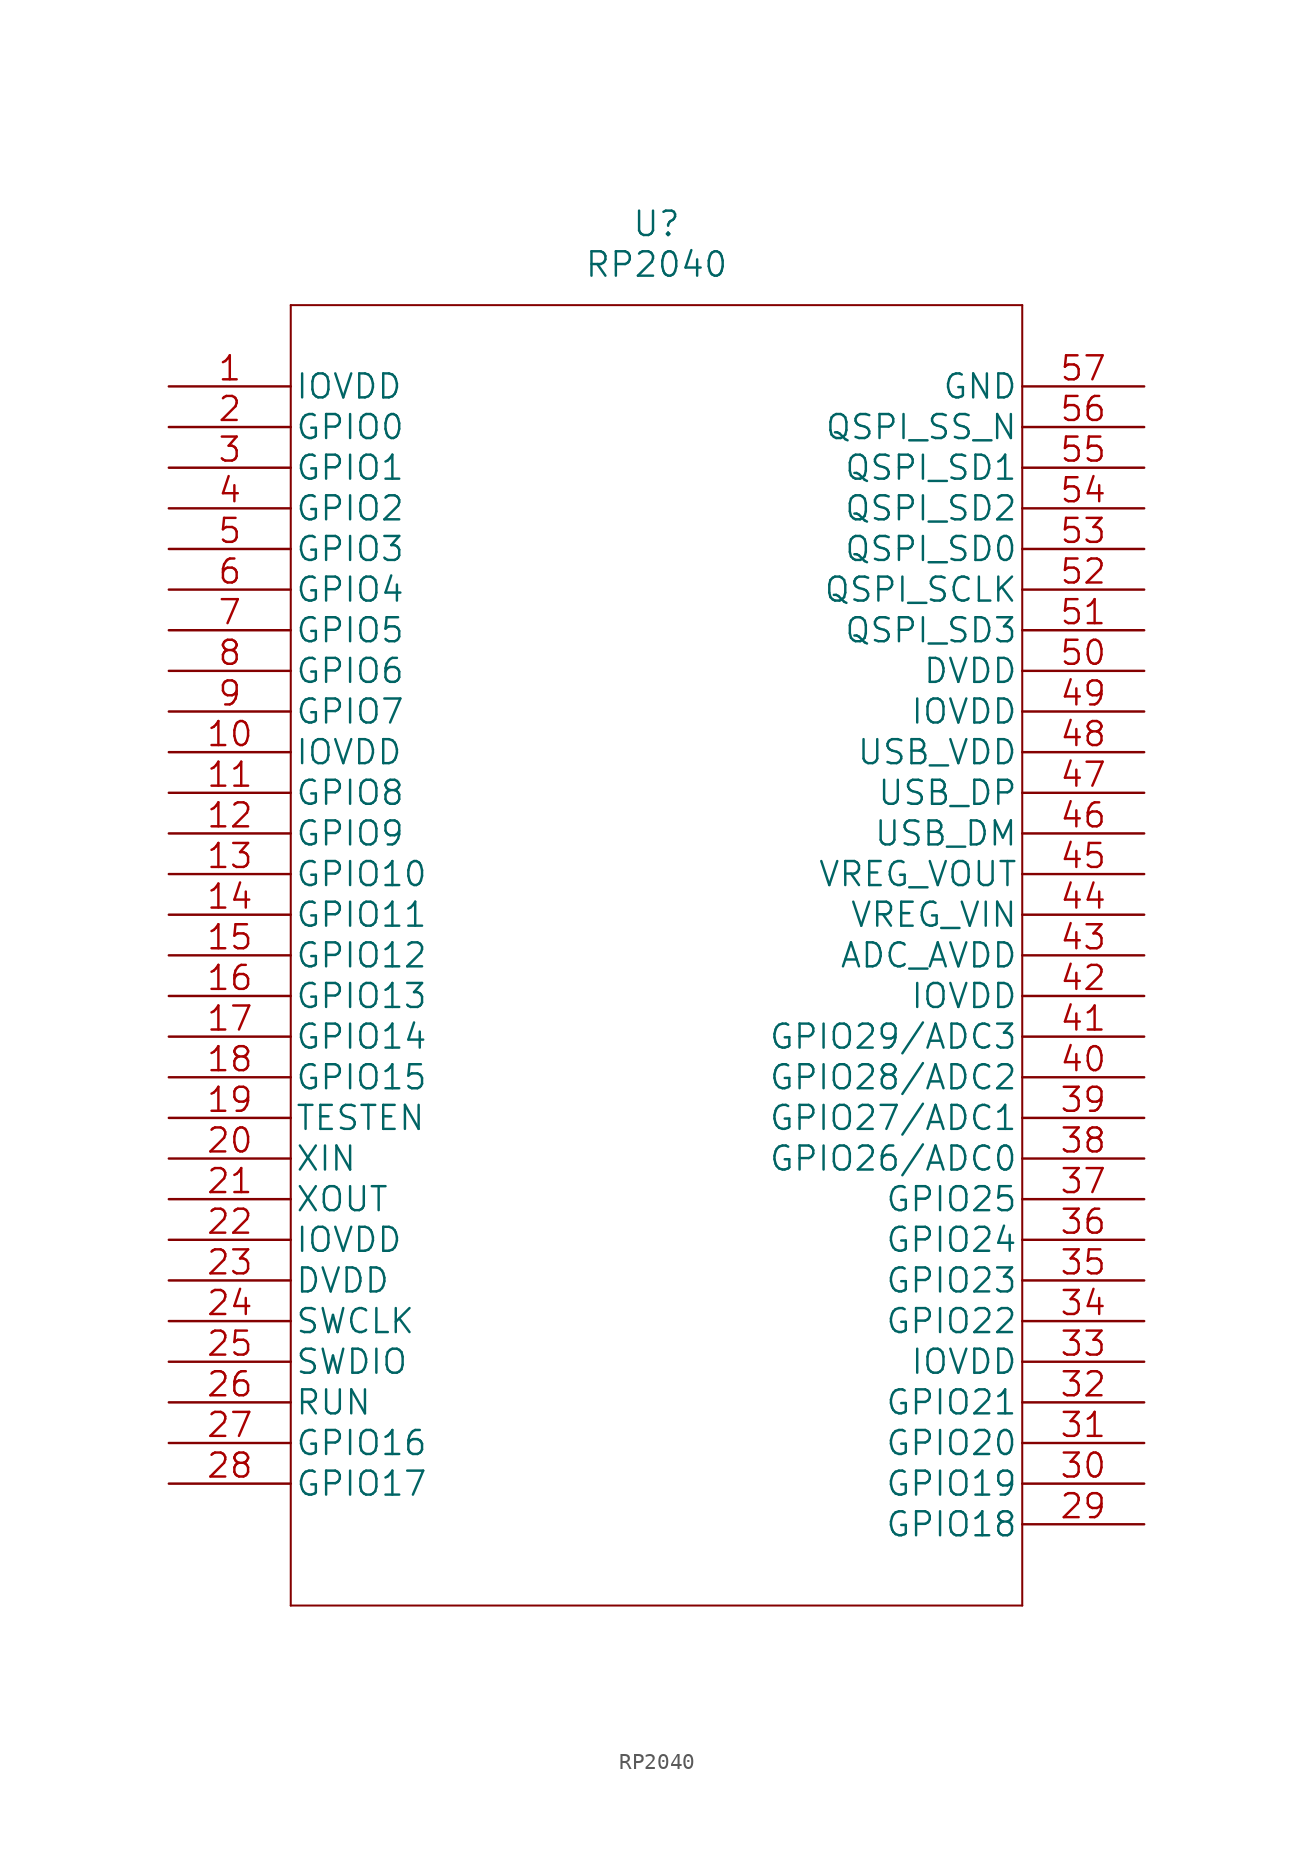
<source format=kicad_sym>
(kicad_symbol_lib
  (version 20220331)
  (generator kicad_symbol_editor)
  (symbol "RP2040"
    (pin_names
      (offset 0.254))
    (property "Reference" "U"
      (at 30.48 10.16 0)
      (effects (font (size 1.524 1.524))))
    (property "Value" "RP2040"
      (at 30.48 7.62 0)
      (effects (font (size 1.524 1.524))))
    (property "Datasheet" ""
      (at 0 0 0)
      (effects (font (size 1.524 1.524))))
    (property "ki_locked" ""
      (at 0 0 0)
      (effects (font (size 1.27 1.27))))
    (symbol "RP2040_1_1"
      (polyline (pts (xy 7.62 -76.2) (xy 53.34 -76.2)) (stroke (width 0.127) (type solid)) (fill (type none)))
      (polyline (pts (xy 7.62 5.08) (xy 7.62 -76.2)) (stroke (width 0.127) (type solid)) (fill (type none)))
      (polyline (pts (xy 53.34 -76.2) (xy 53.34 5.08)) (stroke (width 0.127) (type solid)) (fill (type none)))
      (polyline (pts (xy 53.34 5.08) (xy 7.62 5.08)) (stroke (width 0.127) (type solid)) (fill (type none)))
      (pin power_in line (at 0 0 0) (length 7.62) (name "IOVDD" (effects (font (size 1.499 1.499)))) (number "1" (effects (font (size 1.499 1.499)))))
      (pin power_in line (at 0 -22.86 0) (length 7.62) (name "IOVDD" (effects (font (size 1.499 1.499)))) (number "10" (effects (font (size 1.499 1.499)))))
      (pin bidirectional line (at 0 -25.4 0) (length 7.62) (name "GPIO8" (effects (font (size 1.499 1.499)))) (number "11" (effects (font (size 1.499 1.499)))))
      (pin bidirectional line (at 0 -27.94 0) (length 7.62) (name "GPIO9" (effects (font (size 1.499 1.499)))) (number "12" (effects (font (size 1.499 1.499)))))
      (pin bidirectional line (at 0 -30.48 0) (length 7.62) (name "GPIO10" (effects (font (size 1.499 1.499)))) (number "13" (effects (font (size 1.499 1.499)))))
      (pin bidirectional line (at 0 -33.02 0) (length 7.62) (name "GPIO11" (effects (font (size 1.499 1.499)))) (number "14" (effects (font (size 1.499 1.499)))))
      (pin bidirectional line (at 0 -35.56 0) (length 7.62) (name "GPIO12" (effects (font (size 1.499 1.499)))) (number "15" (effects (font (size 1.499 1.499)))))
      (pin bidirectional line (at 0 -38.1 0) (length 7.62) (name "GPIO13" (effects (font (size 1.499 1.499)))) (number "16" (effects (font (size 1.499 1.499)))))
      (pin bidirectional line (at 0 -40.64 0) (length 7.62) (name "GPIO14" (effects (font (size 1.499 1.499)))) (number "17" (effects (font (size 1.499 1.499)))))
      (pin bidirectional line (at 0 -43.18 0) (length 7.62) (name "GPIO15" (effects (font (size 1.499 1.499)))) (number "18" (effects (font (size 1.499 1.499)))))
      (pin unspecified line (at 0 -45.72 0) (length 7.62) (name "TESTEN" (effects (font (size 1.499 1.499)))) (number "19" (effects (font (size 1.499 1.499)))))
      (pin bidirectional line (at 0 -2.54 0) (length 7.62) (name "GPIO0" (effects (font (size 1.499 1.499)))) (number "2" (effects (font (size 1.499 1.499)))))
      (pin unspecified line (at 0 -48.26 0) (length 7.62) (name "XIN" (effects (font (size 1.499 1.499)))) (number "20" (effects (font (size 1.499 1.499)))))
      (pin output line (at 0 -50.8 0) (length 7.62) (name "XOUT" (effects (font (size 1.499 1.499)))) (number "21" (effects (font (size 1.499 1.499)))))
      (pin power_in line (at 0 -53.34 0) (length 7.62) (name "IOVDD" (effects (font (size 1.499 1.499)))) (number "22" (effects (font (size 1.499 1.499)))))
      (pin power_in line (at 0 -55.88 0) (length 7.62) (name "DVDD" (effects (font (size 1.499 1.499)))) (number "23" (effects (font (size 1.499 1.499)))))
      (pin unspecified line (at 0 -58.42 0) (length 7.62) (name "SWCLK" (effects (font (size 1.499 1.499)))) (number "24" (effects (font (size 1.499 1.499)))))
      (pin unspecified line (at 0 -60.96 0) (length 7.62) (name "SWDIO" (effects (font (size 1.499 1.499)))) (number "25" (effects (font (size 1.499 1.499)))))
      (pin unspecified line (at 0 -63.5 0) (length 7.62) (name "RUN" (effects (font (size 1.499 1.499)))) (number "26" (effects (font (size 1.499 1.499)))))
      (pin bidirectional line (at 0 -66.04 0) (length 7.62) (name "GPIO16" (effects (font (size 1.499 1.499)))) (number "27" (effects (font (size 1.499 1.499)))))
      (pin bidirectional line (at 0 -68.58 0) (length 7.62) (name "GPIO17" (effects (font (size 1.499 1.499)))) (number "28" (effects (font (size 1.499 1.499)))))
      (pin bidirectional line (at 60.96 -71.12 180) (length 7.62) (name "GPIO18" (effects (font (size 1.499 1.499)))) (number "29" (effects (font (size 1.499 1.499)))))
      (pin bidirectional line (at 0 -5.08 0) (length 7.62) (name "GPIO1" (effects (font (size 1.499 1.499)))) (number "3" (effects (font (size 1.499 1.499)))))
      (pin bidirectional line (at 60.96 -68.58 180) (length 7.62) (name "GPIO19" (effects (font (size 1.499 1.499)))) (number "30" (effects (font (size 1.499 1.499)))))
      (pin bidirectional line (at 60.96 -66.04 180) (length 7.62) (name "GPIO20" (effects (font (size 1.499 1.499)))) (number "31" (effects (font (size 1.499 1.499)))))
      (pin bidirectional line (at 60.96 -63.5 180) (length 7.62) (name "GPIO21" (effects (font (size 1.499 1.499)))) (number "32" (effects (font (size 1.499 1.499)))))
      (pin power_in line (at 60.96 -60.96 180) (length 7.62) (name "IOVDD" (effects (font (size 1.499 1.499)))) (number "33" (effects (font (size 1.499 1.499)))))
      (pin bidirectional line (at 60.96 -58.42 180) (length 7.62) (name "GPIO22" (effects (font (size 1.499 1.499)))) (number "34" (effects (font (size 1.499 1.499)))))
      (pin bidirectional line (at 60.96 -55.88 180) (length 7.62) (name "GPIO23" (effects (font (size 1.499 1.499)))) (number "35" (effects (font (size 1.499 1.499)))))
      (pin bidirectional line (at 60.96 -53.34 180) (length 7.62) (name "GPIO24" (effects (font (size 1.499 1.499)))) (number "36" (effects (font (size 1.499 1.499)))))
      (pin bidirectional line (at 60.96 -50.8 180) (length 7.62) (name "GPIO25" (effects (font (size 1.499 1.499)))) (number "37" (effects (font (size 1.499 1.499)))))
      (pin bidirectional line (at 60.96 -48.26 180) (length 7.62) (name "GPIO26/ADC0" (effects (font (size 1.499 1.499)))) (number "38" (effects (font (size 1.499 1.499)))))
      (pin bidirectional line (at 60.96 -45.72 180) (length 7.62) (name "GPIO27/ADC1" (effects (font (size 1.499 1.499)))) (number "39" (effects (font (size 1.499 1.499)))))
      (pin bidirectional line (at 0 -7.62 0) (length 7.62) (name "GPIO2" (effects (font (size 1.499 1.499)))) (number "4" (effects (font (size 1.499 1.499)))))
      (pin bidirectional line (at 60.96 -43.18 180) (length 7.62) (name "GPIO28/ADC2" (effects (font (size 1.499 1.499)))) (number "40" (effects (font (size 1.499 1.499)))))
      (pin bidirectional line (at 60.96 -40.64 180) (length 7.62) (name "GPIO29/ADC3" (effects (font (size 1.499 1.499)))) (number "41" (effects (font (size 1.499 1.499)))))
      (pin power_in line (at 60.96 -38.1 180) (length 7.62) (name "IOVDD" (effects (font (size 1.499 1.499)))) (number "42" (effects (font (size 1.499 1.499)))))
      (pin power_in line (at 60.96 -35.56 180) (length 7.62) (name "ADC_AVDD" (effects (font (size 1.499 1.499)))) (number "43" (effects (font (size 1.499 1.499)))))
      (pin unspecified line (at 60.96 -33.02 180) (length 7.62) (name "VREG_VIN" (effects (font (size 1.499 1.499)))) (number "44" (effects (font (size 1.499 1.499)))))
      (pin output line (at 60.96 -30.48 180) (length 7.62) (name "VREG_VOUT" (effects (font (size 1.499 1.499)))) (number "45" (effects (font (size 1.499 1.499)))))
      (pin unspecified line (at 60.96 -27.94 180) (length 7.62) (name "USB_DM" (effects (font (size 1.499 1.499)))) (number "46" (effects (font (size 1.499 1.499)))))
      (pin unspecified line (at 60.96 -25.4 180) (length 7.62) (name "USB_DP" (effects (font (size 1.499 1.499)))) (number "47" (effects (font (size 1.499 1.499)))))
      (pin power_in line (at 60.96 -22.86 180) (length 7.62) (name "USB_VDD" (effects (font (size 1.499 1.499)))) (number "48" (effects (font (size 1.499 1.499)))))
      (pin power_in line (at 60.96 -20.32 180) (length 7.62) (name "IOVDD" (effects (font (size 1.499 1.499)))) (number "49" (effects (font (size 1.499 1.499)))))
      (pin bidirectional line (at 0 -10.16 0) (length 7.62) (name "GPIO3" (effects (font (size 1.499 1.499)))) (number "5" (effects (font (size 1.499 1.499)))))
      (pin power_in line (at 60.96 -17.78 180) (length 7.62) (name "DVDD" (effects (font (size 1.499 1.499)))) (number "50" (effects (font (size 1.499 1.499)))))
      (pin bidirectional line (at 60.96 -15.24 180) (length 7.62) (name "QSPI_SD3" (effects (font (size 1.499 1.499)))) (number "51" (effects (font (size 1.499 1.499)))))
      (pin unspecified line (at 60.96 -12.7 180) (length 7.62) (name "QSPI_SCLK" (effects (font (size 1.499 1.499)))) (number "52" (effects (font (size 1.499 1.499)))))
      (pin bidirectional line (at 60.96 -10.16 180) (length 7.62) (name "QSPI_SD0" (effects (font (size 1.499 1.499)))) (number "53" (effects (font (size 1.499 1.499)))))
      (pin bidirectional line (at 60.96 -7.62 180) (length 7.62) (name "QSPI_SD2" (effects (font (size 1.499 1.499)))) (number "54" (effects (font (size 1.499 1.499)))))
      (pin bidirectional line (at 60.96 -5.08 180) (length 7.62) (name "QSPI_SD1" (effects (font (size 1.499 1.499)))) (number "55" (effects (font (size 1.499 1.499)))))
      (pin unspecified line (at 60.96 -2.54 180) (length 7.62) (name "QSPI_SS_N" (effects (font (size 1.499 1.499)))) (number "56" (effects (font (size 1.499 1.499)))))
      (pin power_in line (at 60.96 0 180) (length 7.62) (name "GND" (effects (font (size 1.499 1.499)))) (number "57" (effects (font (size 1.499 1.499)))))
      (pin bidirectional line (at 0 -12.7 0) (length 7.62) (name "GPIO4" (effects (font (size 1.499 1.499)))) (number "6" (effects (font (size 1.499 1.499)))))
      (pin bidirectional line (at 0 -15.24 0) (length 7.62) (name "GPIO5" (effects (font (size 1.499 1.499)))) (number "7" (effects (font (size 1.499 1.499)))))
      (pin bidirectional line (at 0 -17.78 0) (length 7.62) (name "GPIO6" (effects (font (size 1.499 1.499)))) (number "8" (effects (font (size 1.499 1.499)))))
      (pin bidirectional line (at 0 -20.32 0) (length 7.62) (name "GPIO7" (effects (font (size 1.499 1.499)))) (number "9" (effects (font (size 1.499 1.499))))))))
</source>
